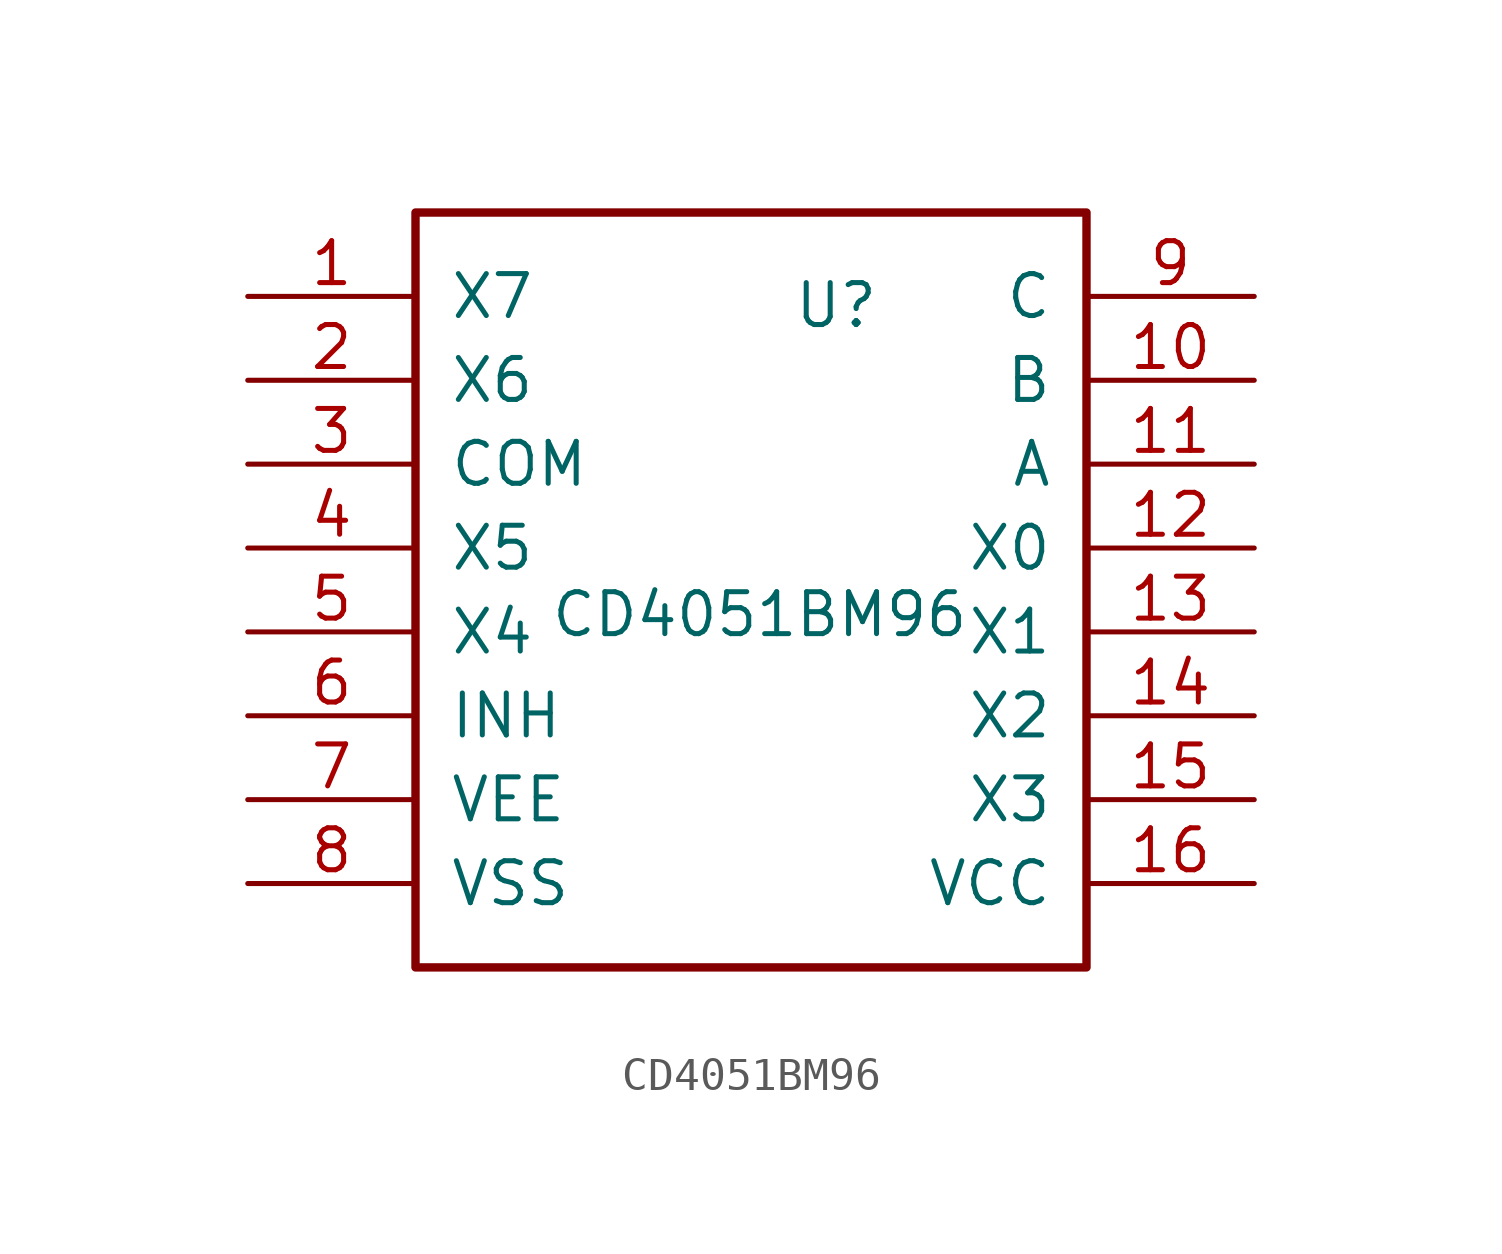
<source format=kicad_sym>
(kicad_symbol_lib
  (version 20241209)
  (generator "kicad_symbol_editor")
  (generator_version "9.0")
  (symbol "CD4051BM96"
    (pin_names
      (offset 1.016))
    (property "Reference" "U"
      (at 1.27 4.064 0)
      (effects (font (size 1.27 1.27)) (justify left bottom)))
    (property "Value" "CD4051BM96"
      (at -6.096 -3.81 0)
      (effects (font (size 1.27 1.27)) (justify left top)))
    (symbol "CD4051BM96_0_1"
      (rectangle (start -10.16 7.62) (end 10.16 -15.24) (stroke (width 0.254) (type default)) (fill (type none)))
      (pin bidirectional line (at -15.24 5.08 0) (length 5.08) (name "X7" (effects (font (size 1.27 1.27)))) (number "1" (effects (font (size 1.27 1.27)))))
      (pin bidirectional line (at -15.24 2.54 0) (length 5.08) (name "X6" (effects (font (size 1.27 1.27)))) (number "2" (effects (font (size 1.27 1.27)))))
      (pin bidirectional line (at -15.24 0 0) (length 5.08) (name "COM" (effects (font (size 1.27 1.27)))) (number "3" (effects (font (size 1.27 1.27)))))
      (pin bidirectional line (at -15.24 -2.54 0) (length 5.08) (name "X5" (effects (font (size 1.27 1.27)))) (number "4" (effects (font (size 1.27 1.27)))))
      (pin bidirectional line (at -15.24 -5.08 0) (length 5.08) (name "X4" (effects (font (size 1.27 1.27)))) (number "5" (effects (font (size 1.27 1.27)))))
      (pin input line (at -15.24 -7.62 0) (length 5.08) (name "INH" (effects (font (size 1.27 1.27)))) (number "6" (effects (font (size 1.27 1.27)))))
      (pin power_in line (at -15.24 -10.16 0) (length 5.08) (name "VEE" (effects (font (size 1.27 1.27)))) (number "7" (effects (font (size 1.27 1.27)))))
      (pin power_in line (at -15.24 -12.7 0) (length 5.08) (name "VSS" (effects (font (size 1.27 1.27)))) (number "8" (effects (font (size 1.27 1.27)))))
      (pin input line (at 15.24 5.08 180) (length 5.08) (name "C" (effects (font (size 1.27 1.27)))) (number "9" (effects (font (size 1.27 1.27)))))
      (pin input line (at 15.24 2.54 180) (length 5.08) (name "B" (effects (font (size 1.27 1.27)))) (number "10" (effects (font (size 1.27 1.27)))))
      (pin input line (at 15.24 0 180) (length 5.08) (name "A" (effects (font (size 1.27 1.27)))) (number "11" (effects (font (size 1.27 1.27)))))
      (pin bidirectional line (at 15.24 -2.54 180) (length 5.08) (name "X0" (effects (font (size 1.27 1.27)))) (number "12" (effects (font (size 1.27 1.27)))))
      (pin bidirectional line (at 15.24 -5.08 180) (length 5.08) (name "X1" (effects (font (size 1.27 1.27)))) (number "13" (effects (font (size 1.27 1.27)))))
      (pin bidirectional line (at 15.24 -7.62 180) (length 5.08) (name "X2" (effects (font (size 1.27 1.27)))) (number "14" (effects (font (size 1.27 1.27)))))
      (pin bidirectional line (at 15.24 -10.16 180) (length 5.08) (name "X3" (effects (font (size 1.27 1.27)))) (number "15" (effects (font (size 1.27 1.27)))))
      (pin power_in line (at 15.24 -12.7 180) (length 5.08) (name "VCC" (effects (font (size 1.27 1.27)))) (number "16" (effects (font (size 1.27 1.27))))))))
</source>
